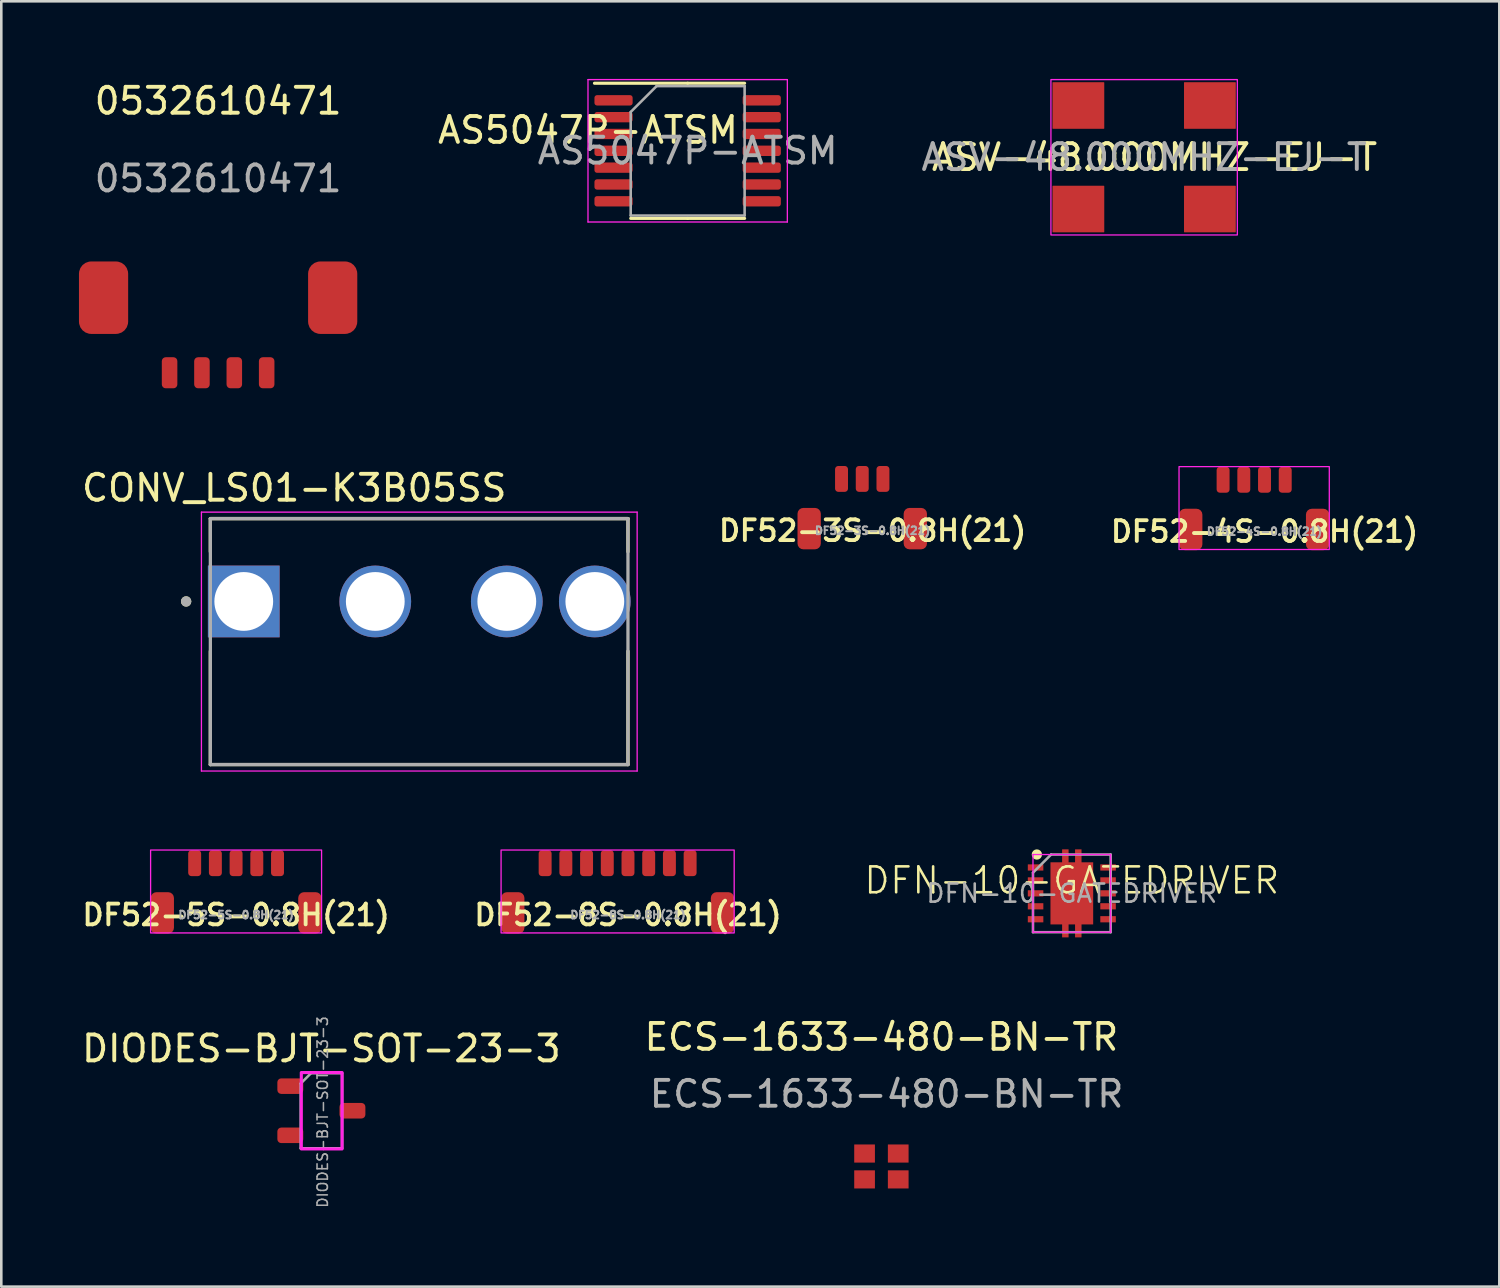
<source format=kicad_pcb>
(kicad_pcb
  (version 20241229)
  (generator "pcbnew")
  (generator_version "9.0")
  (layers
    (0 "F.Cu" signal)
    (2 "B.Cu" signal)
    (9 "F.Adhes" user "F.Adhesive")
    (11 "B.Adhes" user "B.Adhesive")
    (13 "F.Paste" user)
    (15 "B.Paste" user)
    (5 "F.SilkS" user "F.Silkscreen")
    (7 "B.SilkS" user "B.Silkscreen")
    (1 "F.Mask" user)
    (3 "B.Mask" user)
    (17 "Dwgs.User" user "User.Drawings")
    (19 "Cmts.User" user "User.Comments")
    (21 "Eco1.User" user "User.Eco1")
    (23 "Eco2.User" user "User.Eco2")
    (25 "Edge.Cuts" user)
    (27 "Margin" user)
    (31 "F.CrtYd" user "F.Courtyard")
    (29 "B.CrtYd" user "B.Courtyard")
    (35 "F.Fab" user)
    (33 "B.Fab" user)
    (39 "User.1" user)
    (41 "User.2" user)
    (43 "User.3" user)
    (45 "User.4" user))
  (footprint "AS5047P-ATSM"
    (layer "F.Cu")
    (at 23.661 2.625)
    (property "Reference" "AS5047P-ATSM" (at -4 -0.65 0) (unlocked yes) (layer "F.SilkS") (effects (font (size 1 1) (thickness 0.15))))
    (attr smd)
    (fp_line (start -0.15 -2.46) (end -3.75 -2.46) (stroke (width 0.12) (type solid)) (layer "F.SilkS"))
    (fp_line (start -0.15 -2.46) (end 2.05 -2.46) (stroke (width 0.12) (type solid)) (layer "F.SilkS"))
    (fp_line (start -0.15 2.76) (end -2.35 2.76) (stroke (width 0.12) (type solid)) (layer "F.SilkS"))
    (fp_line (start -0.15 2.76) (end 2.05 2.76) (stroke (width 0.12) (type solid)) (layer "F.SilkS"))
    (fp_line (start -4 -2.6) (end -4 2.9) (stroke (width 0.05) (type solid)) (layer "F.CrtYd"))
    (fp_line (start -4 2.9) (end 3.7 2.9) (stroke (width 0.05) (type solid)) (layer "F.CrtYd"))
    (fp_line (start 3.7 -2.6) (end -4 -2.6) (stroke (width 0.05) (type solid)) (layer "F.CrtYd"))
    (fp_line (start 3.7 2.9) (end 3.7 -2.6) (stroke (width 0.05) (type solid)) (layer "F.CrtYd"))
    (fp_line (start -2.35 -1.35) (end -1.35 -2.35) (stroke (width 0.1) (type solid)) (layer "F.Fab"))
    (fp_line (start -2.35 2.65) (end -2.35 -1.35) (stroke (width 0.1) (type solid)) (layer "F.Fab"))
    (fp_line (start -1.35 -2.35) (end 2.05 -2.35) (stroke (width 0.1) (type solid)) (layer "F.Fab"))
    (fp_line (start 2.05 -2.35) (end 2.05 2.65) (stroke (width 0.1) (type solid)) (layer "F.Fab"))
    (fp_line (start 2.05 2.65) (end -2.35 2.65) (stroke (width 0.1) (type solid)) (layer "F.Fab"))
    (fp_text user "${REFERENCE}" (at -0.15 0.15 0) (layer "F.Fab") (effects (font (size 1 1) (thickness 0.15))))
    (pad "1" smd roundrect (at -3.013 -1.8) (size 1.475 0.4) (layers "F.Cu" "F.Mask" "F.Paste") (roundrect_rratio 0.25))
    (pad "2" smd roundrect (at -3.013 -1.15) (size 1.475 0.4) (layers "F.Cu" "F.Mask" "F.Paste") (roundrect_rratio 0.25))
    (pad "3" smd roundrect (at -3.013 -0.5) (size 1.475 0.4) (layers "F.Cu" "F.Mask" "F.Paste") (roundrect_rratio 0.25))
    (pad "4" smd roundrect (at -3.013 0.15) (size 1.475 0.4) (layers "F.Cu" "F.Mask" "F.Paste") (roundrect_rratio 0.25))
    (pad "5" smd roundrect (at -3.013 0.8) (size 1.475 0.4) (layers "F.Cu" "F.Mask" "F.Paste") (roundrect_rratio 0.25))
    (pad "6" smd roundrect (at -3.013 1.45) (size 1.475 0.4) (layers "F.Cu" "F.Mask" "F.Paste") (roundrect_rratio 0.25))
    (pad "7" smd roundrect (at -3.013 2.1) (size 1.475 0.4) (layers "F.Cu" "F.Mask" "F.Paste") (roundrect_rratio 0.25))
    (pad "8" smd roundrect (at 2.712 2.1) (size 1.475 0.4) (layers "F.Cu" "F.Mask" "F.Paste") (roundrect_rratio 0.25))
    (pad "9" smd roundrect (at 2.712 1.45) (size 1.475 0.4) (layers "F.Cu" "F.Mask" "F.Paste") (roundrect_rratio 0.25))
    (pad "10" smd roundrect (at 2.712 0.8) (size 1.475 0.4) (layers "F.Cu" "F.Mask" "F.Paste") (roundrect_rratio 0.25))
    (pad "11" smd roundrect (at 2.712 0.15) (size 1.475 0.4) (layers "F.Cu" "F.Mask" "F.Paste") (roundrect_rratio 0.25))
    (pad "12" smd roundrect (at 2.712 -0.5) (size 1.475 0.4) (layers "F.Cu" "F.Mask" "F.Paste") (roundrect_rratio 0.25))
    (pad "13" smd roundrect (at 2.712 -1.15) (size 1.475 0.4) (layers "F.Cu" "F.Mask" "F.Paste") (roundrect_rratio 0.25))
    (pad "14" smd roundrect (at 2.712 -1.8) (size 1.475 0.4) (layers "F.Cu" "F.Mask" "F.Paste") (roundrect_rratio 0.25)))
  (footprint "ASV-48.000MHZ-EJ-T"
    (layer "F.Cu")
    (at 41.142 3.025)
    (property "Reference" "ASV-48.000MHZ-EJ-T" (at 0.4 0 0) (unlocked yes) (layer "F.SilkS") (effects (font (size 1 1) (thickness 0.15))))
    (attr smd)
    (fp_rect (start -3.6 -3) (end 3.6 3) (stroke (width 0.05) (type default)) (fill no) (layer "F.CrtYd"))
    (fp_text user "${REFERENCE}" (at 0 0 0) (unlocked yes) (layer "F.Fab") (effects (font (size 1 1) (thickness 0.15))))
    (pad "1" smd roundrect (at -2.54 2 270) (size 1.8 2) (layers "F.Cu" "F.Mask" "F.Paste") (roundrect_rratio 0.01))
    (pad "2" smd roundrect (at 2.54 2 270) (size 1.8 2) (layers "F.Cu" "F.Mask" "F.Paste") (roundrect_rratio 0.01))
    (pad "3" smd roundrect (at 2.54 -2 270) (size 1.8 2) (layers "F.Cu" "F.Mask" "F.Paste") (roundrect_rratio 0.01))
    (pad "4" smd roundrect (at -2.54 -2 270) (size 1.8 2) (layers "F.Cu" "F.Mask" "F.Paste") (roundrect_rratio 0.01)))
  (footprint "ECS-1633-480-BN-TR"
    (layer "F.Cu")
    (at 30.994 42.005)
    (property "Reference" "ECS-1633-480-BN-TR" (at 0 -5 0) (unlocked yes) (layer "F.SilkS") (effects (font (size 1 1) (thickness 0.15))))
    (attr smd)
    (fp_text user "${REFERENCE}" (at 0.2 -2.8 0) (unlocked yes) (layer "F.Fab") (effects (font (size 1 1) (thickness 0.15))))
    (pad "1" smd roundrect (at -0.65 -0.5) (size 0.8 0.7) (layers "F.Cu" "F.Mask" "F.Paste") (roundrect_rratio 0.01))
    (pad "2" smd roundrect (at 0.65 -0.5) (size 0.8 0.7) (layers "F.Cu" "F.Mask" "F.Paste") (roundrect_rratio 0.01))
    (pad "3" smd roundrect (at 0.65 0.5) (size 0.8 0.7) (layers "F.Cu" "F.Mask" "F.Paste") (roundrect_rratio 0.01))
    (pad "4" smd roundrect (at -0.65 0.5) (size 0.8 0.7) (layers "F.Cu" "F.Mask" "F.Paste") (roundrect_rratio 0.01)))
  (footprint "DF52-5S-0.8H(21)"
    (layer "F.Cu")
    (at 6.069 30.29)
    (property "Reference" "DF52-5S-0.8H(21)" (at 0 2 0) (unlocked yes) (layer "F.SilkS") (effects (font (size 0.8 0.8) (thickness 0.15))))
    (attr smd)
    (fp_rect (start -3.302 -0.508) (end 3.302 2.694) (stroke (width 0.05) (type default)) (fill no) (layer "F.CrtYd"))
    (fp_text user "${REFERENCE}" (at 0 2 0) (unlocked yes) (layer "F.Fab") (effects (font (size 0.3 0.3) (thickness 0.075))))
    (pad "1" smd roundrect (at -1.6 0 180) (size 0.5 1) (layers "F.Cu" "F.Mask" "F.Paste") (roundrect_rratio 0.25))
    (pad "2" smd roundrect (at -0.8 0 180) (size 0.5 1) (layers "F.Cu" "F.Mask" "F.Paste") (roundrect_rratio 0.25))
    (pad "3" smd roundrect (at 0 0 180) (size 0.5 1) (layers "F.Cu" "F.Mask" "F.Paste") (roundrect_rratio 0.25))
    (pad "4" smd roundrect (at 0.8 0 180) (size 0.5 1) (layers "F.Cu" "F.Mask" "F.Paste") (roundrect_rratio 0.25))
    (pad "5" smd roundrect (at 1.6 0 180) (size 0.5 1) (layers "F.Cu" "F.Mask" "F.Paste") (roundrect_rratio 0.25))
    (pad "6" smd roundrect (at -2.85 1.92) (size 0.9 1.6) (layers "F.Cu" "F.Mask" "F.Paste") (roundrect_rratio 0.25))
    (pad "7" smd roundrect (at 2.85 1.92) (size 0.9 1.6) (layers "F.Cu" "F.Mask" "F.Paste") (roundrect_rratio 0.25)))
  (footprint "DFN-10-GATEDRIVER"
    (layer "F.Cu")
    (at 38.349 31.456)
    (property "Reference" "DFN-10-GATEDRIVER" (at 0 -0.5 0) (unlocked yes) (layer "F.SilkS") (effects (font (size 1 1) (thickness 0.1))))
    (attr smd)
    (fp_circle (center -1.35 -1.5) (end -1.25 -1.5) (stroke (width 0.2) (type default)) (fill no) (layer "F.SilkS"))
    (fp_line (start -1.5 -1.5) (end -1.5 1.5) (stroke (width 0.05) (type solid)) (layer "F.CrtYd"))
    (fp_line (start -1.5 -1.5) (end 1.5 -1.5) (stroke (width 0.05) (type solid)) (layer "F.CrtYd"))
    (fp_line (start -1.5 1.5) (end 1.5 1.5) (stroke (width 0.05) (type solid)) (layer "F.CrtYd"))
    (fp_line (start 1.5 -1.5) (end 1.5 1.5) (stroke (width 0.05) (type solid)) (layer "F.CrtYd"))
    (fp_line (start -1.5 -0.8) (end -1.5 1.5) (stroke (width 0.1) (type solid)) (layer "F.Fab"))
    (fp_line (start -1.5 -0.8) (end -0.8 -1.5) (stroke (width 0.1) (type solid)) (layer "F.Fab"))
    (fp_line (start -1.5 1.5) (end 1.5 1.5) (stroke (width 0.1) (type solid)) (layer "F.Fab"))
    (fp_line (start -0.8 -1.5) (end 1.5 -1.5) (stroke (width 0.1) (type solid)) (layer "F.Fab"))
    (fp_line (start 1.5 -1.5) (end 1.5 1.5) (stroke (width 0.1) (type solid)) (layer "F.Fab"))
    (fp_text user "${REFERENCE}" (at 0 0 0) (layer "F.Fab") (effects (font (size 0.7 0.7) (thickness 0.1))))
    (pad "" smd roundrect (at -0.25 -1.53) (size 0.25 0.34) (layers "F.Paste") (roundrect_rratio 0.1))
    (pad "" smd roundrect (at -0.25 1.53) (size 0.25 0.34) (layers "F.Paste") (roundrect_rratio 0.1))
    (pad "" smd roundrect (at 0 -0.63) (size 1.5 1.06) (layers "F.Paste") (roundrect_rratio 0.1))
    (pad "" smd roundrect (at 0 0.63) (size 1.5 1.06) (layers "F.Paste") (roundrect_rratio 0.1))
    (pad "" smd roundrect (at 0.25 -1.53) (size 0.25 0.34) (layers "F.Paste") (roundrect_rratio 0.1))
    (pad "" smd roundrect (at 0.25 1.53) (size 0.25 0.34) (layers "F.Paste") (roundrect_rratio 0.1))
    (pad "1" smd rect (at -1.4 -1) (size 0.6 0.24) (layers "F.Cu" "F.Mask" "F.Paste"))
    (pad "2" smd rect (at -1.4 -0.5) (size 0.6 0.24) (layers "F.Cu" "F.Mask" "F.Paste"))
    (pad "3" smd rect (at -1.4 0) (size 0.6 0.24) (layers "F.Cu" "F.Mask" "F.Paste"))
    (pad "4" smd rect (at -1.4 0.5) (size 0.6 0.24) (layers "F.Cu" "F.Mask" "F.Paste"))
    (pad "5" smd rect (at -1.4 1) (size 0.6 0.24) (layers "F.Cu" "F.Mask" "F.Paste"))
    (pad "6" smd rect (at 1.4 1) (size 0.6 0.24) (layers "F.Cu" "F.Mask" "F.Paste"))
    (pad "7" smd rect (at 1.4 0.5) (size 0.6 0.24) (layers "F.Cu" "F.Mask" "F.Paste"))
    (pad "8" smd rect (at 1.4 0) (size 0.6 0.24) (layers "F.Cu" "F.Mask" "F.Paste"))
    (pad "9" smd rect (at 1.4 -0.5) (size 0.6 0.24) (layers "F.Cu" "F.Mask" "F.Paste"))
    (pad "10" smd rect (at 1.4 -1) (size 0.6 0.24) (layers "F.Cu" "F.Mask" "F.Paste"))
    (pad "11" smd custom (at 0 0) (size 1.65 2.4) (layers "F.Cu" "F.Mask") (options (anchor rect)) (primitives (gr_poly (pts (xy -0.125 -1.1) (xy 0.125 -1.1) (xy 0.125 -1.7) (xy 0.375 -1.7) (xy 0.375 1.7) (xy 0.125 1.7) (xy 0.125 1.1) (xy -0.125 1.1) (xy -0.125 1.7) (xy -0.375 1.7) (xy -0.375 -1.7) (xy -0.125 -1.7)) (width 0) (fill yes)))))
  (footprint "CONV_LS01-K3B05SS"
    (layer "F.Cu")
    (at 13.14 20.181)
    (property "Reference" "CONV_LS01-K3B05SS" (at -4.825 -4.385 0) (layer "F.SilkS") (effects (font (size 1 1) (thickness 0.15))))
    (attr through_hole)
    (fp_line (start -8.065 -3.2) (end 8.065 -3.2) (stroke (width 0.127) (type solid)) (layer "F.SilkS"))
    (fp_line (start -8.065 -1.92) (end -8.065 -3.2) (stroke (width 0.127) (type solid)) (layer "F.SilkS"))
    (fp_line (start -8.065 6.3) (end -8.065 1.92) (stroke (width 0.127) (type solid)) (layer "F.SilkS"))
    (fp_line (start 8.065 -3.2) (end 8.065 -1.92) (stroke (width 0.127) (type solid)) (layer "F.SilkS"))
    (fp_line (start 8.065 1.92) (end 8.065 6.3) (stroke (width 0.127) (type solid)) (layer "F.SilkS"))
    (fp_line (start 8.065 6.3) (end -8.065 6.3) (stroke (width 0.127) (type solid)) (layer "F.SilkS"))
    (fp_circle (center -9 0) (end -8.9 0) (stroke (width 0.2) (type solid)) (fill no) (layer "F.SilkS"))
    (fp_line (start -8.41 -3.45) (end 8.42 -3.45) (stroke (width 0.05) (type solid)) (layer "F.CrtYd"))
    (fp_line (start -8.41 6.55) (end -8.41 -3.45) (stroke (width 0.05) (type solid)) (layer "F.CrtYd"))
    (fp_line (start 8.42 -3.45) (end 8.42 6.55) (stroke (width 0.05) (type solid)) (layer "F.CrtYd"))
    (fp_line (start 8.42 6.55) (end -8.41 6.55) (stroke (width 0.05) (type solid)) (layer "F.CrtYd"))
    (fp_line (start -8.065 -3.2) (end -8.065 6.3) (stroke (width 0.127) (type solid)) (layer "F.Fab"))
    (fp_line (start -8.065 -3.2) (end 8.065 -3.2) (stroke (width 0.127) (type solid)) (layer "F.Fab"))
    (fp_line (start -8.065 6.3) (end 8.065 6.3) (stroke (width 0.127) (type solid)) (layer "F.Fab"))
    (fp_line (start 8.065 6.3) (end 8.065 -3.2) (stroke (width 0.127) (type solid)) (layer "F.Fab"))
    (fp_circle (center -9 0) (end -8.9 0) (stroke (width 0.2) (type solid)) (fill no) (layer "F.Fab"))
    (pad "1" thru_hole rect (at -6.775 0) (size 2.77 2.77) (drill 2.27) (layers "*.Cu" "*.Mask"))
    (pad "2" thru_hole circle (at -1.695 0) (size 2.77 2.77) (drill 2.27) (layers "*.Cu" "*.Mask"))
    (pad "3" thru_hole circle (at 3.385 0) (size 2.77 2.77) (drill 2.27) (layers "*.Cu" "*.Mask"))
    (pad "4" thru_hole circle (at 6.785 0) (size 2.77 2.77) (drill 2.27) (layers "*.Cu" "*.Mask")))
  (footprint "DF52-4S-0.8H(21)"
    (layer "F.Cu")
    (at 45.392 15.481)
    (property "Reference" "DF52-4S-0.8H(21)" (at 0.4 2 0) (unlocked yes) (layer "F.SilkS") (effects (font (size 0.8 0.8) (thickness 0.15))))
    (attr smd)
    (fp_rect (start -2.902 -0.508) (end 2.902 2.694) (stroke (width 0.05) (type default)) (fill no) (layer "F.CrtYd"))
    (fp_text user "${REFERENCE}" (at 0.4 2 0) (unlocked yes) (layer "F.Fab") (effects (font (size 0.3 0.3) (thickness 0.075))))
    (pad "1" smd roundrect (at -1.2 0 180) (size 0.5 1) (layers "F.Cu" "F.Mask" "F.Paste") (roundrect_rratio 0.25))
    (pad "2" smd roundrect (at -0.4 0 180) (size 0.5 1) (layers "F.Cu" "F.Mask" "F.Paste") (roundrect_rratio 0.25))
    (pad "3" smd roundrect (at 0.4 0 180) (size 0.5 1) (layers "F.Cu" "F.Mask" "F.Paste") (roundrect_rratio 0.25))
    (pad "4" smd roundrect (at 1.2 0 180) (size 0.5 1) (layers "F.Cu" "F.Mask" "F.Paste") (roundrect_rratio 0.25))
    (pad "5" smd roundrect (at 2.45 1.92) (size 0.9 1.6) (layers "F.Cu" "F.Mask" "F.Paste") (roundrect_rratio 0.25))
    (pad "6" smd roundrect (at -2.45 1.92) (size 0.9 1.6) (layers "F.Cu" "F.Mask" "F.Paste") (roundrect_rratio 0.25)))
  (footprint "0532610471"
    (layer "F.Cu")
    (at 5.375 11.348)
    (property "Reference" "0532610471" (at 0 -10.5 0) (unlocked yes) (layer "F.SilkS") (effects (font (size 1 1) (thickness 0.15))))
    (attr smd)
    (fp_text user "${REFERENCE}" (at 0 -7.5 0) (unlocked yes) (layer "F.Fab") (effects (font (size 1 1) (thickness 0.15))))
    (pad "1" smd roundrect (at 1.875 0) (size 0.6 1.2) (layers "F.Cu" "F.Mask" "F.Paste") (roundrect_rratio 0.25))
    (pad "2" smd roundrect (at 0.625 0) (size 0.6 1.2) (layers "F.Cu" "F.Mask" "F.Paste") (roundrect_rratio 0.25))
    (pad "3" smd roundrect (at -0.625 0) (size 0.6 1.2) (layers "F.Cu" "F.Mask" "F.Paste") (roundrect_rratio 0.25))
    (pad "4" smd roundrect (at -1.875 0) (size 0.6 1.2) (layers "F.Cu" "F.Mask" "F.Paste") (roundrect_rratio 0.25))
    (pad "5" smd roundrect (at -4.425 -2.9) (size 1.9 2.8) (layers "F.Cu" "F.Mask" "F.Paste") (roundrect_rratio 0.25))
    (pad "6" smd roundrect (at 4.425 -2.9) (size 1.9 2.8) (layers "F.Cu" "F.Mask" "F.Paste") (roundrect_rratio 0.25)))
  (footprint "DF52-8S-0.8H(21)"
    (layer "F.Cu")
    (at 20.806 30.29)
    (property "Reference" "DF52-8S-0.8H(21)" (at 0.4 2 0) (unlocked yes) (layer "F.SilkS") (effects (font (size 0.8 0.8) (thickness 0.15))))
    (attr smd)
    (fp_rect (start -4.502 -0.508) (end 4.502 2.694) (stroke (width 0.05) (type default)) (fill no) (layer "F.CrtYd"))
    (fp_text user "${REFERENCE}" (at 0.4 2 0) (unlocked yes) (layer "F.Fab") (effects (font (size 0.3 0.3) (thickness 0.075))))
    (pad "1" smd roundrect (at -2.8 0 180) (size 0.5 1) (layers "F.Cu" "F.Mask" "F.Paste") (roundrect_rratio 0.25))
    (pad "2" smd roundrect (at -2 0 180) (size 0.5 1) (layers "F.Cu" "F.Mask" "F.Paste") (roundrect_rratio 0.25))
    (pad "3" smd roundrect (at -1.2 0 180) (size 0.5 1) (layers "F.Cu" "F.Mask" "F.Paste") (roundrect_rratio 0.25))
    (pad "4" smd roundrect (at -0.4 0 180) (size 0.5 1) (layers "F.Cu" "F.Mask" "F.Paste") (roundrect_rratio 0.25))
    (pad "5" smd roundrect (at 0.4 0 180) (size 0.5 1) (layers "F.Cu" "F.Mask" "F.Paste") (roundrect_rratio 0.25))
    (pad "6" smd roundrect (at 1.2 0 180) (size 0.5 1) (layers "F.Cu" "F.Mask" "F.Paste") (roundrect_rratio 0.25))
    (pad "7" smd roundrect (at 2 0 180) (size 0.5 1) (layers "F.Cu" "F.Mask" "F.Paste") (roundrect_rratio 0.25))
    (pad "8" smd roundrect (at 2.8 0 180) (size 0.5 1) (layers "F.Cu" "F.Mask" "F.Paste") (roundrect_rratio 0.25))
    (pad "9" smd roundrect (at -4.05 1.92) (size 0.9 1.6) (layers "F.Cu" "F.Mask" "F.Paste") (roundrect_rratio 0.25))
    (pad "10" smd roundrect (at 4.05 1.92) (size 0.9 1.6) (layers "F.Cu" "F.Mask" "F.Paste") (roundrect_rratio 0.25)))
  (footprint "DIODES-BJT-SOT-23-3"
    (layer "F.Cu")
    (at 9.363 39.852)
    (property "Reference" "DIODES-BJT-SOT-23-3" (at 0 -2.4 0) (layer "F.SilkS") (effects (font (size 1 1) (thickness 0.15))))
    (attr smd)
    (fp_rect (start -0.775 -1.475) (end 0.8 1.475) (stroke (width 0.12) (type default)) (fill no) (layer "F.CrtYd"))
    (fp_line (start -0.8 -1.05) (end -0.4 -1.45) (stroke (width 0.1) (type solid)) (layer "F.Fab"))
    (fp_line (start -0.8 1.45) (end -0.8 -1.05) (stroke (width 0.1) (type solid)) (layer "F.Fab"))
    (fp_line (start -0.4 -1.45) (end 0.8 -1.45) (stroke (width 0.1) (type solid)) (layer "F.Fab"))
    (fp_line (start 0.8 -1.45) (end 0.8 1.45) (stroke (width 0.1) (type solid)) (layer "F.Fab"))
    (fp_line (start 0.8 1.45) (end -0.8 1.45) (stroke (width 0.1) (type solid)) (layer "F.Fab"))
    (fp_text user "${REFERENCE}" (at 0.05 0.05 90) (layer "F.Fab") (effects (font (size 0.4 0.4) (thickness 0.06))))
    (pad "1" smd roundrect (at -1.2 -0.95) (size 1 0.6) (layers "F.Cu" "F.Mask" "F.Paste") (roundrect_rratio 0.25))
    (pad "2" smd roundrect (at 1.2 0) (size 1 0.6) (layers "F.Cu" "F.Mask" "F.Paste") (roundrect_rratio 0.25))
    (pad "3" smd roundrect (at -1.2 0.95) (size 1 0.6) (layers "F.Cu" "F.Mask" "F.Paste") (roundrect_rratio 0.25)))
  (footprint "DF52-3S-0.8H(21)"
    (layer "F.Cu")
    (at 30.254 15.448)
    (property "Reference" "DF52-3S-0.8H(21)" (at 0.4 2 0) (unlocked yes) (layer "F.SilkS") (effects (font (size 0.8 0.8) (thickness 0.15))))
    (attr smd)
    (fp_text user "${REFERENCE}" (at 0.4 2 0) (unlocked yes) (layer "F.Fab") (effects (font (size 0.3 0.3) (thickness 0.075))))
    (pad "1" smd roundrect (at -0.8 0 180) (size 0.5 1) (layers "F.Cu" "F.Mask" "F.Paste") (roundrect_rratio 0.25))
    (pad "2" smd roundrect (at 0 0 180) (size 0.5 1) (layers "F.Cu" "F.Mask" "F.Paste") (roundrect_rratio 0.25))
    (pad "3" smd roundrect (at 0.8 0 180) (size 0.5 1) (layers "F.Cu" "F.Mask" "F.Paste") (roundrect_rratio 0.25))
    (pad "4" smd roundrect (at 2.05 1.92) (size 0.9 1.6) (layers "F.Cu" "F.Mask" "F.Paste") (roundrect_rratio 0.25))
    (pad "5" smd roundrect (at -2.05 1.92) (size 0.9 1.6) (layers "F.Cu" "F.Mask" "F.Paste") (roundrect_rratio 0.25)))
  (gr_rect
    (start -3 -3)
    (end 54.861 46.647)
    (stroke (width 0.1) (type default))
    (fill no)
    (layer "Edge.Cuts")))
</source>
